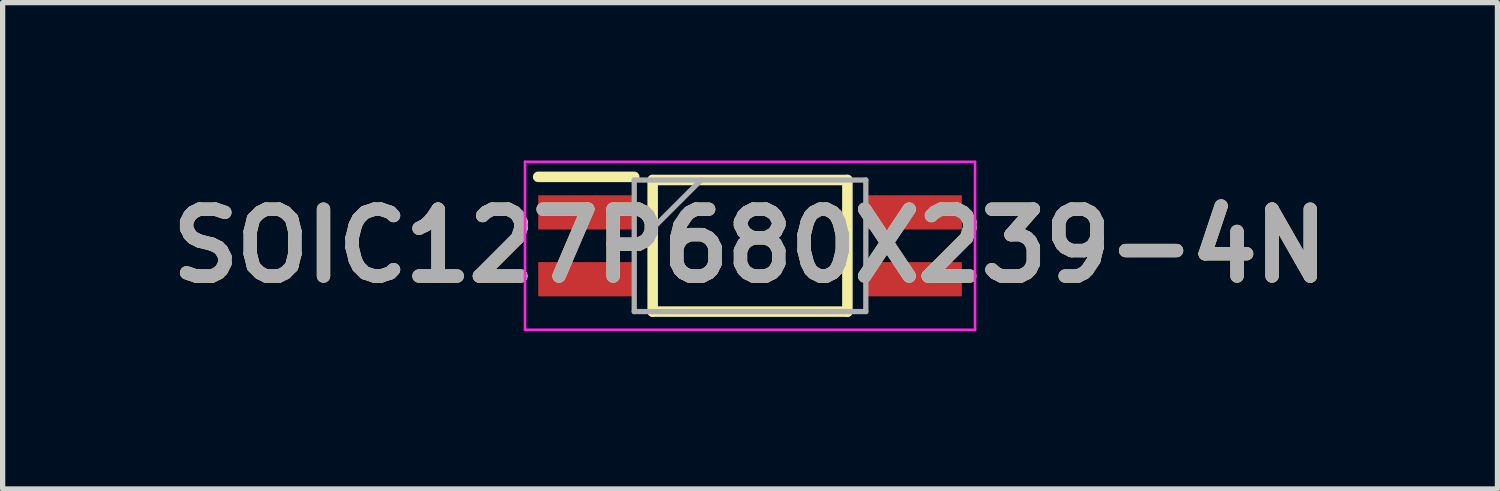
<source format=kicad_pcb>
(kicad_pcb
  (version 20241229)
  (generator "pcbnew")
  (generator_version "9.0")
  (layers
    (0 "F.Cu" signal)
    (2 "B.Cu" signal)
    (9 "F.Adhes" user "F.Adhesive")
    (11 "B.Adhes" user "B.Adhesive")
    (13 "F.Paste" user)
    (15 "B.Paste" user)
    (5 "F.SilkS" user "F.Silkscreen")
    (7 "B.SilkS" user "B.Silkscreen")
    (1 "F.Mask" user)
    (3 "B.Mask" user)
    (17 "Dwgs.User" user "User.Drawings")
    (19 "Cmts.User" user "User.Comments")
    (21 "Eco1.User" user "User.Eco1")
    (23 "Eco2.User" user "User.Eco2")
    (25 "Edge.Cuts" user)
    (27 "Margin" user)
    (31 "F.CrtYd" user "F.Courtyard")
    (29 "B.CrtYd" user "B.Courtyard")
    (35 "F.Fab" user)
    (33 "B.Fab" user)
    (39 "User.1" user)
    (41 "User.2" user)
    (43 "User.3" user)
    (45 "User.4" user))
  (footprint "SOIC127P680X239-4N"
    (layer "F.Cu")
    (at 11.2 1.62)
    (property "Reference" "SOIC127P680X239-4N" (at 0 0 0) (layer "F.SilkS") (effects (font (size 1.27 1.27) (thickness 0.254))))
    (attr smd)
    (fp_line (start -4.025 -1.31) (end -2.2 -1.31) (stroke (width 0.2) (type solid)) (layer "F.SilkS"))
    (fp_line (start -1.85 -1.25) (end 1.85 -1.25) (stroke (width 0.2) (type solid)) (layer "F.SilkS"))
    (fp_line (start -1.85 1.25) (end -1.85 -1.25) (stroke (width 0.2) (type solid)) (layer "F.SilkS"))
    (fp_line (start 1.85 -1.25) (end 1.85 1.25) (stroke (width 0.2) (type solid)) (layer "F.SilkS"))
    (fp_line (start 1.85 1.25) (end -1.85 1.25) (stroke (width 0.2) (type solid)) (layer "F.SilkS"))
    (fp_line (start -4.275 -1.595) (end 4.275 -1.595) (stroke (width 0.05) (type solid)) (layer "F.CrtYd"))
    (fp_line (start -4.275 1.595) (end -4.275 -1.595) (stroke (width 0.05) (type solid)) (layer "F.CrtYd"))
    (fp_line (start 4.275 -1.595) (end 4.275 1.595) (stroke (width 0.05) (type solid)) (layer "F.CrtYd"))
    (fp_line (start 4.275 1.595) (end -4.275 1.595) (stroke (width 0.05) (type solid)) (layer "F.CrtYd"))
    (fp_line (start -2.2 -1.25) (end 2.2 -1.25) (stroke (width 0.1) (type solid)) (layer "F.Fab"))
    (fp_line (start -2.2 0.02) (end -0.93 -1.25) (stroke (width 0.1) (type solid)) (layer "F.Fab"))
    (fp_line (start -2.2 1.25) (end -2.2 -1.25) (stroke (width 0.1) (type solid)) (layer "F.Fab"))
    (fp_line (start 2.2 -1.25) (end 2.2 1.25) (stroke (width 0.1) (type solid)) (layer "F.Fab"))
    (fp_line (start 2.2 1.25) (end -2.2 1.25) (stroke (width 0.1) (type solid)) (layer "F.Fab"))
    (fp_text user "${REFERENCE}" (at 0 0 0) (layer "F.Fab") (effects (font (size 1.27 1.27) (thickness 0.254))))
    (pad "1" smd rect (at -3.112 -0.635 90) (size 0.65 1.825) (layers "F.Cu" "F.Mask" "F.Paste"))
    (pad "2" smd rect (at -3.112 0.635 90) (size 0.65 1.825) (layers "F.Cu" "F.Mask" "F.Paste"))
    (pad "3" smd rect (at 3.112 0.635 90) (size 0.65 1.825) (layers "F.Cu" "F.Mask" "F.Paste"))
    (pad "4" smd rect (at 3.112 -0.635 90) (size 0.65 1.825) (layers "F.Cu" "F.Mask" "F.Paste")))
  (gr_rect
    (start -3 -3)
    (end 25.4 6.24)
    (stroke (width 0.1) (type default))
    (fill no)
    (layer "Edge.Cuts")))
</source>
